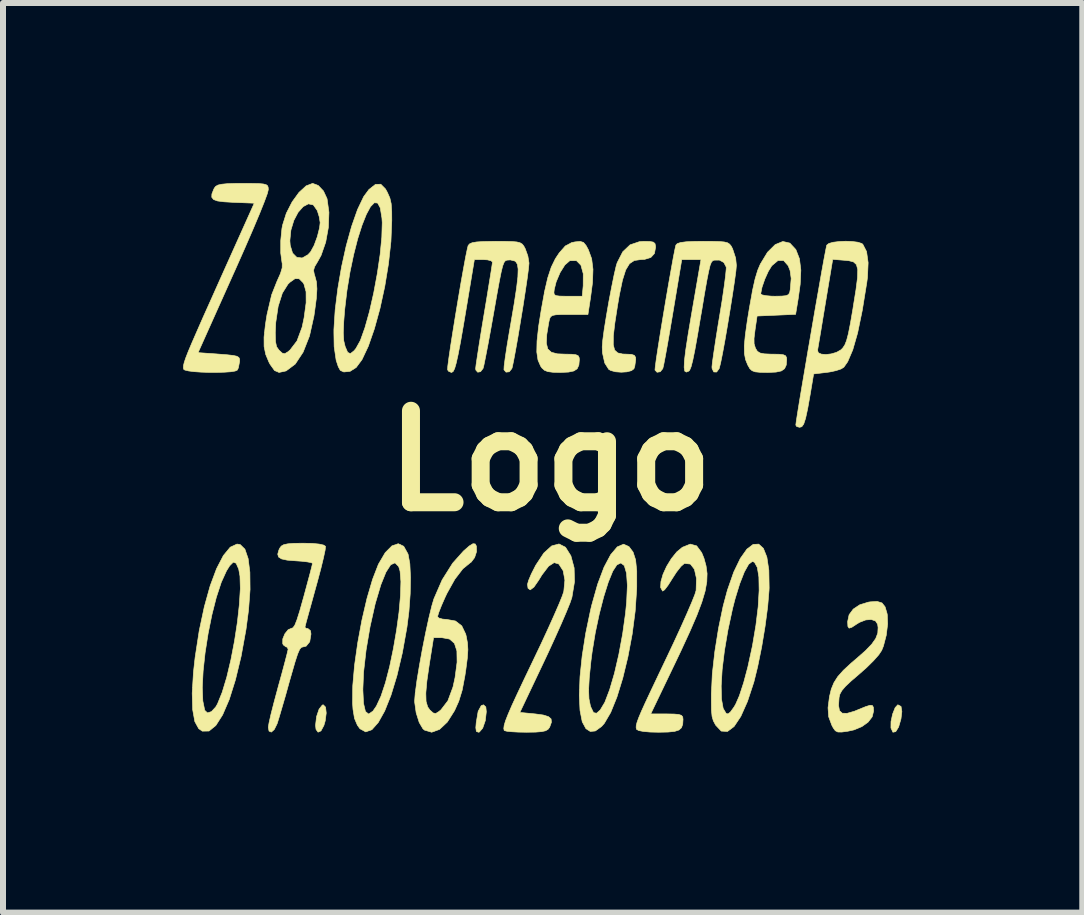
<source format=kicad_pcb>
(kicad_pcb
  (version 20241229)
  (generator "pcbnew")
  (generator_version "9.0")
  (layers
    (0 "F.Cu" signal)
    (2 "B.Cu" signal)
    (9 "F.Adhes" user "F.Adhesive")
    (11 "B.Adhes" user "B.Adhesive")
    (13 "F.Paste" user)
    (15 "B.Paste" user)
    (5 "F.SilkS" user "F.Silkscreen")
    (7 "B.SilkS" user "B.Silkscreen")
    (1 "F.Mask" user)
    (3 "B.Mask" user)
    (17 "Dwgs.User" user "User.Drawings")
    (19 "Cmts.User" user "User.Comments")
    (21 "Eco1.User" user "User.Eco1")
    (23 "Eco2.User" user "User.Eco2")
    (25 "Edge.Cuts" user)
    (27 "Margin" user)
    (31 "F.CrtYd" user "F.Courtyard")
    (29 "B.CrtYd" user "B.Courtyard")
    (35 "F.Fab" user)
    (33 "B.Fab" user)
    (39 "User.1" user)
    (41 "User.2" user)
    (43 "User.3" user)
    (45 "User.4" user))
  (footprint "Logo"
    (layer "F.Cu")
    (at 6.119 4.628)
    (property "Reference" "Logo" (at 0 0 0) (layer "F.SilkS") (effects (font (size 1.524 1.524) (thickness 0.3))))
    (attr through_hole)
    (fp_poly (pts (xy -3.745 4.103) (xy -3.734 4.201) (xy -3.751 4.332) (xy -3.773 4.408) (xy -3.822 4.499) (xy -3.87 4.52) (xy -3.904 4.474) (xy -3.912 4.406) (xy -3.895 4.26) (xy -3.853 4.136) (xy -3.799 4.068) (xy -3.783 4.064) (xy -3.745 4.103)) (stroke (width 0.01) (type solid)) (fill yes) (layer "F.SilkS"))
    (fp_poly (pts (xy -1.075 4.1) (xy -1.067 4.18) (xy -1.084 4.328) (xy -1.127 4.452) (xy -1.183 4.518) (xy -1.198 4.521) (xy -1.233 4.507) (xy -1.242 4.446) (xy -1.235 4.361) (xy -1.203 4.173) (xy -1.152 4.078) (xy -1.114 4.064) (xy -1.075 4.1)) (stroke (width 0.01) (type solid)) (fill yes) (layer "F.SilkS"))
    (fp_poly (pts (xy 5.842 4.091) (xy 5.856 4.177) (xy 5.841 4.3) (xy 5.802 4.434) (xy 5.754 4.511) (xy 5.707 4.521) (xy 5.675 4.452) (xy 5.674 4.45) (xy 5.675 4.344) (xy 5.702 4.218) (xy 5.744 4.112) (xy 5.788 4.064) (xy 5.79 4.064) (xy 5.842 4.091)) (stroke (width 0.01) (type solid)) (fill yes) (layer "F.SilkS"))
    (fp_poly (pts (xy 1.655 -3.655) (xy 1.714 -3.645) (xy 1.743 -3.621) (xy 1.752 -3.579) (xy 1.753 -3.558) (xy 1.734 -3.455) (xy 1.674 -3.389) (xy 1.571 -3.357) (xy 1.501 -3.353) (xy 1.398 -3.338) (xy 1.318 -3.285) (xy 1.255 -3.181) (xy 1.201 -3.01) (xy 1.149 -2.761) (xy 1.12 -2.591) (xy 1.074 -2.295) (xy 1.049 -2.081) (xy 1.048 -1.935) (xy 1.071 -1.845) (xy 1.123 -1.798) (xy 1.204 -1.78) (xy 1.262 -1.778) (xy 1.351 -1.774) (xy 1.399 -1.758) (xy 1.42 -1.724) (xy 1.422 -1.687) (xy 1.406 -1.574) (xy 1.392 -1.534) (xy 1.351 -1.503) (xy 1.275 -1.483) (xy 1.182 -1.477) (xy 1.087 -1.484) (xy 1.007 -1.505) (xy 0.973 -1.524) (xy 0.906 -1.63) (xy 0.868 -1.801) (xy 0.864 -1.899) (xy 0.873 -2.01) (xy 0.897 -2.19) (xy 0.933 -2.413) (xy 0.975 -2.656) (xy 1.02 -2.892) (xy 1.062 -3.098) (xy 1.097 -3.249) (xy 1.113 -3.301) (xy 1.206 -3.483) (xy 1.328 -3.599) (xy 1.484 -3.652) (xy 1.556 -3.657) (xy 1.655 -3.655)) (stroke (width 0.01) (type solid)) (fill yes) (layer "F.SilkS"))
    (fp_poly (pts (xy -5.168 1.394) (xy -5.089 1.471) (xy -5.035 1.628) (xy -5.006 1.856) (xy -5.003 2.144) (xy -5.028 2.483) (xy -5.07 2.804) (xy -5.152 3.256) (xy -5.247 3.649) (xy -5.35 3.976) (xy -5.46 4.231) (xy -5.573 4.408) (xy -5.687 4.501) (xy -5.798 4.503) (xy -5.858 4.462) (xy -5.923 4.344) (xy -5.959 4.145) (xy -5.967 3.87) (xy -5.961 3.775) (xy -5.799 3.775) (xy -5.79 4) (xy -5.758 4.156) (xy -5.712 4.199) (xy -5.646 4.177) (xy -5.575 4.1) (xy -5.545 4.048) (xy -5.467 3.855) (xy -5.391 3.604) (xy -5.322 3.313) (xy -5.262 3.001) (xy -5.214 2.688) (xy -5.181 2.39) (xy -5.165 2.128) (xy -5.171 1.92) (xy -5.192 1.804) (xy -5.235 1.706) (xy -5.282 1.687) (xy -5.343 1.748) (xy -5.396 1.833) (xy -5.483 2.024) (xy -5.565 2.274) (xy -5.639 2.565) (xy -5.702 2.878) (xy -5.752 3.197) (xy -5.785 3.502) (xy -5.799 3.775) (xy -5.961 3.775) (xy -5.946 3.523) (xy -5.918 3.272) (xy -5.85 2.83) (xy -5.765 2.431) (xy -5.668 2.083) (xy -5.561 1.796) (xy -5.448 1.578) (xy -5.333 1.438) (xy -5.22 1.386) (xy -5.168 1.394)) (stroke (width 0.01) (type solid)) (fill yes) (layer "F.SilkS"))
    (fp_poly (pts (xy -2.443 1.423) (xy -2.373 1.549) (xy -2.37 1.557) (xy -2.341 1.714) (xy -2.33 1.942) (xy -2.335 2.214) (xy -2.356 2.507) (xy -2.389 2.769) (xy -2.466 3.198) (xy -2.556 3.579) (xy -2.655 3.904) (xy -2.76 4.167) (xy -2.868 4.36) (xy -2.974 4.479) (xy -3.077 4.515) (xy -3.172 4.463) (xy -3.215 4.404) (xy -3.263 4.291) (xy -3.288 4.14) (xy -3.295 4.036) (xy -3.293 3.812) (xy -3.124 3.812) (xy -3.113 4.039) (xy -3.081 4.175) (xy -3.028 4.218) (xy -2.956 4.169) (xy -2.898 4.085) (xy -2.822 3.921) (xy -2.747 3.695) (xy -2.677 3.425) (xy -2.615 3.127) (xy -2.562 2.82) (xy -2.521 2.52) (xy -2.497 2.245) (xy -2.49 2.011) (xy -2.504 1.837) (xy -2.527 1.761) (xy -2.588 1.699) (xy -2.66 1.731) (xy -2.739 1.854) (xy -2.824 2.064) (xy -2.911 2.356) (xy -2.919 2.384) (xy -3.004 2.763) (xy -3.07 3.152) (xy -3.112 3.522) (xy -3.124 3.812) (xy -3.293 3.812) (xy -3.292 3.747) (xy -3.262 3.404) (xy -3.209 3.03) (xy -3.139 2.651) (xy -3.055 2.291) (xy -2.962 1.974) (xy -2.866 1.726) (xy -2.862 1.718) (xy -2.751 1.529) (xy -2.639 1.416) (xy -2.534 1.38) (xy -2.443 1.423)) (stroke (width 0.01) (type solid)) (fill yes) (layer "F.SilkS"))
    (fp_poly (pts (xy -4.972 -4.622) (xy -4.859 -4.62) (xy -4.782 -4.613) (xy -4.735 -4.601) (xy -4.71 -4.582) (xy -4.701 -4.553) (xy -4.699 -4.518) (xy -4.716 -4.451) (xy -4.766 -4.315) (xy -4.846 -4.115) (xy -4.955 -3.856) (xy -5.09 -3.545) (xy -5.25 -3.184) (xy -5.284 -3.109) (xy -5.869 -1.803) (xy -5.519 -1.778) (xy -5.38 -1.767) (xy -5.283 -1.756) (xy -5.223 -1.743) (xy -5.19 -1.723) (xy -5.177 -1.695) (xy -5.177 -1.656) (xy -5.178 -1.651) (xy -5.198 -1.549) (xy -5.216 -1.512) (xy -5.253 -1.496) (xy -5.329 -1.484) (xy -5.434 -1.477) (xy -5.557 -1.474) (xy -5.688 -1.474) (xy -5.817 -1.478) (xy -5.934 -1.486) (xy -6.028 -1.498) (xy -6.09 -1.513) (xy -6.109 -1.526) (xy -6.114 -1.553) (xy -6.112 -1.588) (xy -6.1 -1.639) (xy -6.075 -1.714) (xy -6.034 -1.819) (xy -5.973 -1.964) (xy -5.89 -2.154) (xy -5.783 -2.398) (xy -5.646 -2.703) (xy -5.492 -3.048) (xy -4.933 -4.293) (xy -5.286 -4.307) (xy -5.439 -4.316) (xy -5.546 -4.33) (xy -5.611 -4.354) (xy -5.641 -4.392) (xy -5.639 -4.446) (xy -5.61 -4.52) (xy -5.599 -4.543) (xy -5.576 -4.573) (xy -5.537 -4.595) (xy -5.475 -4.609) (xy -5.382 -4.618) (xy -5.252 -4.622) (xy -5.129 -4.623) (xy -4.972 -4.622)) (stroke (width 0.01) (type solid)) (fill yes) (layer "F.SilkS"))
    (fp_poly (pts (xy 1.31 1.429) (xy 1.378 1.52) (xy 1.42 1.649) (xy 1.439 1.834) (xy 1.439 2.094) (xy 1.438 2.134) (xy 1.413 2.504) (xy 1.363 2.887) (xy 1.292 3.265) (xy 1.206 3.62) (xy 1.109 3.935) (xy 1.005 4.192) (xy 0.899 4.373) (xy 0.853 4.425) (xy 0.749 4.5) (xy 0.665 4.508) (xy 0.593 4.462) (xy 0.531 4.347) (xy 0.494 4.157) (xy 0.482 3.903) (xy 0.486 3.816) (xy 0.637 3.816) (xy 0.643 3.963) (xy 0.666 4.076) (xy 0.675 4.103) (xy 0.719 4.194) (xy 0.769 4.205) (xy 0.831 4.15) (xy 0.908 4.021) (xy 0.988 3.811) (xy 1.068 3.539) (xy 1.141 3.224) (xy 1.204 2.884) (xy 1.252 2.54) (xy 1.271 2.346) (xy 1.283 2.075) (xy 1.269 1.872) (xy 1.232 1.745) (xy 1.174 1.701) (xy 1.108 1.733) (xy 1.04 1.837) (xy 0.965 2.021) (xy 0.888 2.266) (xy 0.814 2.554) (xy 0.748 2.865) (xy 0.696 3.182) (xy 0.676 3.337) (xy 0.648 3.614) (xy 0.637 3.816) (xy 0.486 3.816) (xy 0.494 3.596) (xy 0.53 3.249) (xy 0.589 2.873) (xy 0.671 2.48) (xy 0.69 2.401) (xy 0.788 2.054) (xy 0.894 1.772) (xy 1.005 1.563) (xy 1.115 1.433) (xy 1.22 1.388) (xy 1.31 1.429)) (stroke (width 0.01) (type solid)) (fill yes) (layer "F.SilkS"))
    (fp_poly (pts (xy 3.549 1.458) (xy 3.607 1.603) (xy 3.64 1.822) (xy 3.645 2.117) (xy 3.643 2.159) (xy 3.62 2.433) (xy 3.577 2.758) (xy 3.52 3.102) (xy 3.454 3.427) (xy 3.391 3.683) (xy 3.284 4.008) (xy 3.173 4.257) (xy 3.061 4.425) (xy 2.951 4.508) (xy 2.847 4.502) (xy 2.753 4.402) (xy 2.751 4.398) (xy 2.715 4.33) (xy 2.694 4.258) (xy 2.684 4.156) (xy 2.682 3.996) (xy 2.682 3.878) (xy 2.689 3.749) (xy 2.846 3.749) (xy 2.851 3.968) (xy 2.879 4.124) (xy 2.928 4.207) (xy 2.96 4.216) (xy 2.999 4.185) (xy 3.057 4.105) (xy 3.086 4.057) (xy 3.149 3.913) (xy 3.22 3.696) (xy 3.29 3.434) (xy 3.367 3.08) (xy 3.424 2.742) (xy 3.462 2.431) (xy 3.478 2.158) (xy 3.474 1.936) (xy 3.448 1.776) (xy 3.4 1.689) (xy 3.365 1.676) (xy 3.304 1.722) (xy 3.232 1.85) (xy 3.155 2.046) (xy 3.078 2.296) (xy 3.036 2.459) (xy 2.958 2.821) (xy 2.9 3.164) (xy 2.862 3.477) (xy 2.846 3.749) (xy 2.689 3.749) (xy 2.698 3.551) (xy 2.74 3.177) (xy 2.802 2.788) (xy 2.879 2.418) (xy 2.949 2.157) (xy 3.055 1.853) (xy 3.165 1.625) (xy 3.274 1.471) (xy 3.378 1.392) (xy 3.471 1.387) (xy 3.549 1.458)) (stroke (width 0.01) (type solid)) (fill yes) (layer "F.SilkS"))
    (fp_poly (pts (xy -2.746 -4.529) (xy -2.716 -4.474) (xy -2.674 -4.38) (xy -2.652 -4.285) (xy -2.643 -4.152) (xy -2.642 -4.003) (xy -2.656 -3.656) (xy -2.697 -3.283) (xy -2.759 -2.905) (xy -2.839 -2.537) (xy -2.932 -2.2) (xy -3.033 -1.91) (xy -3.138 -1.687) (xy -3.235 -1.556) (xy -3.338 -1.491) (xy -3.441 -1.481) (xy -3.499 -1.507) (xy -3.533 -1.568) (xy -3.569 -1.677) (xy -3.569 -1.678) (xy -3.602 -1.903) (xy -3.606 -2.131) (xy -3.45 -2.131) (xy -3.442 -2.001) (xy -3.419 -1.905) (xy -3.377 -1.808) (xy -3.332 -1.786) (xy -3.269 -1.836) (xy -3.239 -1.873) (xy -3.165 -2.006) (xy -3.089 -2.219) (xy -3.013 -2.49) (xy -2.943 -2.798) (xy -2.883 -3.121) (xy -2.836 -3.438) (xy -2.808 -3.728) (xy -2.801 -3.969) (xy -2.806 -4.046) (xy -2.834 -4.215) (xy -2.878 -4.296) (xy -2.933 -4.3) (xy -2.997 -4.234) (xy -3.066 -4.106) (xy -3.138 -3.925) (xy -3.21 -3.699) (xy -3.277 -3.437) (xy -3.338 -3.147) (xy -3.389 -2.837) (xy -3.427 -2.516) (xy -3.442 -2.322) (xy -3.45 -2.131) (xy -3.606 -2.131) (xy -3.606 -2.188) (xy -3.585 -2.516) (xy -3.541 -2.87) (xy -3.479 -3.231) (xy -3.401 -3.583) (xy -3.311 -3.907) (xy -3.213 -4.186) (xy -3.11 -4.402) (xy -3.023 -4.52) (xy -2.914 -4.606) (xy -2.825 -4.609) (xy -2.746 -4.529)) (stroke (width 0.01) (type solid)) (fill yes) (layer "F.SilkS"))
    (fp_poly (pts (xy 0.252 1.439) (xy 0.342 1.582) (xy 0.396 1.783) (xy 0.402 2.014) (xy 0.36 2.268) (xy 0.358 2.277) (xy 0.327 2.368) (xy 0.266 2.518) (xy 0.181 2.716) (xy 0.078 2.946) (xy -0.037 3.197) (xy -0.099 3.329) (xy -0.508 4.191) (xy -0.25 4.216) (xy -0.118 4.234) (xy -0.032 4.261) (xy 0.012 4.299) (xy 0.018 4.354) (xy -0.009 4.429) (xy -0.013 4.439) (xy -0.039 4.473) (xy -0.081 4.497) (xy -0.147 4.511) (xy -0.247 4.519) (xy -0.389 4.521) (xy -0.404 4.521) (xy -0.532 4.519) (xy -0.642 4.513) (xy -0.722 4.505) (xy -0.765 4.494) (xy -0.769 4.491) (xy -0.776 4.459) (xy -0.77 4.409) (xy -0.748 4.333) (xy -0.705 4.224) (xy -0.64 4.073) (xy -0.548 3.874) (xy -0.427 3.618) (xy -0.281 3.313) (xy -0.153 3.045) (xy -0.036 2.792) (xy 0.065 2.567) (xy 0.146 2.381) (xy 0.201 2.245) (xy 0.224 2.174) (xy 0.242 1.987) (xy 0.213 1.83) (xy 0.141 1.719) (xy 0.063 1.695) (xy -0.03 1.755) (xy -0.141 1.901) (xy -0.195 1.989) (xy -0.274 2.103) (xy -0.335 2.149) (xy -0.372 2.123) (xy -0.381 2.057) (xy -0.363 1.993) (xy -0.317 1.884) (xy -0.251 1.754) (xy -0.244 1.74) (xy -0.109 1.536) (xy 0.022 1.417) (xy 0.144 1.384) (xy 0.252 1.439)) (stroke (width 0.01) (type solid)) (fill yes) (layer "F.SilkS"))
    (fp_poly (pts (xy 2.437 1.416) (xy 2.521 1.529) (xy 2.559 1.622) (xy 2.594 1.75) (xy 2.611 1.878) (xy 2.606 2.015) (xy 2.578 2.171) (xy 2.523 2.355) (xy 2.44 2.575) (xy 2.325 2.841) (xy 2.177 3.162) (xy 2.087 3.351) (xy 1.672 4.216) (xy 1.941 4.216) (xy 2.061 4.218) (xy 2.139 4.225) (xy 2.184 4.24) (xy 2.205 4.266) (xy 2.21 4.306) (xy 2.21 4.308) (xy 2.205 4.388) (xy 2.184 4.446) (xy 2.142 4.484) (xy 2.07 4.507) (xy 1.962 4.518) (xy 1.811 4.521) (xy 1.8 4.521) (xy 1.662 4.518) (xy 1.55 4.508) (xy 1.472 4.493) (xy 1.436 4.473) (xy 1.435 4.471) (xy 1.429 4.442) (xy 1.431 4.407) (xy 1.444 4.356) (xy 1.471 4.281) (xy 1.516 4.174) (xy 1.583 4.026) (xy 1.675 3.83) (xy 1.795 3.577) (xy 1.936 3.281) (xy 2.063 3.012) (xy 2.178 2.762) (xy 2.277 2.54) (xy 2.355 2.358) (xy 2.407 2.228) (xy 2.428 2.159) (xy 2.434 1.958) (xy 2.4 1.806) (xy 2.333 1.719) (xy 2.238 1.709) (xy 2.229 1.712) (xy 2.176 1.758) (xy 2.102 1.852) (xy 2.03 1.963) (xy 1.96 2.074) (xy 1.903 2.148) (xy 1.87 2.17) (xy 1.87 2.17) (xy 1.837 2.11) (xy 1.842 2.012) (xy 1.877 1.89) (xy 1.937 1.758) (xy 2.016 1.629) (xy 2.106 1.517) (xy 2.199 1.44) (xy 2.331 1.387) (xy 2.437 1.416)) (stroke (width 0.01) (type solid)) (fill yes) (layer "F.SilkS"))
    (fp_poly (pts (xy 5.525 2.367) (xy 5.576 2.431) (xy 5.609 2.542) (xy 5.613 2.563) (xy 5.619 2.717) (xy 5.596 2.905) (xy 5.549 3.085) (xy 5.52 3.157) (xy 5.471 3.231) (xy 5.384 3.329) (xy 5.271 3.441) (xy 5.141 3.556) (xy 5.008 3.67) (xy 4.916 3.757) (xy 4.857 3.826) (xy 4.824 3.885) (xy 4.81 3.942) (xy 4.801 4.075) (xy 4.817 4.162) (xy 4.863 4.204) (xy 4.944 4.206) (xy 5.066 4.171) (xy 5.143 4.139) (xy 5.254 4.094) (xy 5.325 4.072) (xy 5.364 4.075) (xy 5.381 4.104) (xy 5.385 4.16) (xy 5.385 4.168) (xy 5.361 4.265) (xy 5.293 4.353) (xy 5.19 4.427) (xy 5.058 4.482) (xy 4.957 4.504) (xy 4.855 4.518) (xy 4.789 4.517) (xy 4.747 4.496) (xy 4.713 4.449) (xy 4.689 4.404) (xy 4.637 4.264) (xy 4.626 4.114) (xy 4.65 3.928) (xy 4.68 3.803) (xy 4.724 3.696) (xy 4.788 3.595) (xy 4.882 3.489) (xy 5.012 3.369) (xy 5.099 3.295) (xy 5.248 3.164) (xy 5.354 3.054) (xy 5.421 2.959) (xy 5.455 2.869) (xy 5.46 2.777) (xy 5.452 2.721) (xy 5.417 2.667) (xy 5.346 2.643) (xy 5.254 2.65) (xy 5.153 2.689) (xy 5.105 2.718) (xy 5.023 2.772) (xy 4.977 2.787) (xy 4.957 2.759) (xy 4.953 2.685) (xy 4.953 2.676) (xy 4.977 2.564) (xy 5.046 2.47) (xy 5.154 2.398) (xy 5.296 2.354) (xy 5.327 2.349) (xy 5.445 2.342) (xy 5.525 2.367)) (stroke (width 0.01) (type solid)) (fill yes) (layer "F.SilkS"))
    (fp_poly (pts (xy 0.552 -3.639) (xy 0.596 -3.586) (xy 0.634 -3.515) (xy 0.688 -3.367) (xy 0.71 -3.191) (xy 0.702 -2.969) (xy 0.668 -2.71) (xy 0.626 -2.438) (xy 0.312 -2.438) (xy 0.182 -2.438) (xy 0.093 -2.434) (xy 0.037 -2.423) (xy 0.004 -2.401) (xy -0.013 -2.366) (xy -0.025 -2.313) (xy -0.026 -2.309) (xy -0.06 -2.105) (xy -0.067 -1.96) (xy -0.043 -1.864) (xy 0.017 -1.809) (xy 0.118 -1.783) (xy 0.243 -1.778) (xy 0.355 -1.776) (xy 0.426 -1.768) (xy 0.465 -1.75) (xy 0.48 -1.719) (xy 0.483 -1.687) (xy 0.475 -1.596) (xy 0.447 -1.535) (xy 0.392 -1.498) (xy 0.302 -1.479) (xy 0.168 -1.473) (xy 0.163 -1.473) (xy 0.041 -1.476) (xy -0.042 -1.487) (xy -0.098 -1.509) (xy -0.14 -1.547) (xy -0.162 -1.578) (xy -0.206 -1.679) (xy -0.226 -1.813) (xy -0.222 -1.997) (xy -0.195 -2.244) (xy -0.153 -2.508) (xy -0.099 -2.805) (xy 0.059 -2.805) (xy 0.065 -2.771) (xy 0.094 -2.753) (xy 0.154 -2.745) (xy 0.253 -2.743) (xy 0.289 -2.743) (xy 0.531 -2.743) (xy 0.547 -2.916) (xy 0.548 -3.118) (xy 0.509 -3.26) (xy 0.435 -3.335) (xy 0.329 -3.335) (xy 0.32 -3.332) (xy 0.242 -3.264) (xy 0.162 -3.137) (xy 0.096 -2.981) (xy 0.065 -2.857) (xy 0.059 -2.805) (xy -0.099 -2.805) (xy -0.097 -2.819) (xy -0.043 -3.051) (xy 0.015 -3.227) (xy 0.083 -3.367) (xy 0.148 -3.465) (xy 0.249 -3.58) (xy 0.354 -3.636) (xy 0.411 -3.648) (xy 0.497 -3.656) (xy 0.552 -3.639)) (stroke (width 0.01) (type solid)) (fill yes) (layer "F.SilkS"))
    (fp_poly (pts (xy -1.252 1.384) (xy -1.232 1.421) (xy -1.23 1.513) (xy -1.262 1.611) (xy -1.318 1.686) (xy -1.337 1.699) (xy -1.459 1.799) (xy -1.592 1.973) (xy -1.721 2.204) (xy -1.752 2.269) (xy -1.814 2.41) (xy -1.859 2.524) (xy -1.879 2.591) (xy -1.88 2.595) (xy -1.857 2.619) (xy -1.796 2.636) (xy -1.726 2.642) (xy -1.581 2.668) (xy -1.476 2.749) (xy -1.41 2.887) (xy -1.402 2.92) (xy -1.381 3.033) (xy -1.374 3.145) (xy -1.383 3.283) (xy -1.408 3.477) (xy -1.424 3.583) (xy -1.469 3.82) (xy -1.526 4.005) (xy -1.596 4.161) (xy -1.717 4.352) (xy -1.847 4.474) (xy -1.977 4.521) (xy -2.096 4.486) (xy -2.123 4.463) (xy -2.185 4.358) (xy -2.236 4.196) (xy -2.26 4.024) (xy -2.261 3.996) (xy -2.251 3.867) (xy -2.075 3.867) (xy -2.071 4.006) (xy -2.044 4.099) (xy -2.007 4.151) (xy -1.952 4.2) (xy -1.91 4.209) (xy -1.858 4.177) (xy -1.822 4.147) (xy -1.707 3.997) (xy -1.622 3.767) (xy -1.588 3.612) (xy -1.554 3.355) (xy -1.557 3.167) (xy -1.598 3.04) (xy -1.679 2.969) (xy -1.804 2.946) (xy -1.946 2.946) (xy -2.017 3.391) (xy -2.057 3.667) (xy -2.075 3.867) (xy -2.251 3.867) (xy -2.25 3.863) (xy -2.223 3.661) (xy -2.182 3.413) (xy -2.133 3.142) (xy -2.079 2.87) (xy -2.025 2.621) (xy -1.975 2.416) (xy -1.94 2.298) (xy -1.803 1.983) (xy -1.628 1.705) (xy -1.448 1.503) (xy -1.351 1.418) (xy -1.289 1.38) (xy -1.252 1.384)) (stroke (width 0.01) (type solid)) (fill yes) (layer "F.SilkS"))
    (fp_poly (pts (xy 3.99 -3.628) (xy 4.09 -3.52) (xy 4.092 -3.515) (xy 4.15 -3.366) (xy 4.173 -3.179) (xy 4.162 -2.941) (xy 4.129 -2.702) (xy 4.086 -2.441) (xy 3.765 -2.427) (xy 3.444 -2.413) (xy 3.411 -2.188) (xy 3.393 -2.041) (xy 3.394 -1.952) (xy 3.415 -1.882) (xy 3.421 -1.87) (xy 3.449 -1.825) (xy 3.493 -1.797) (xy 3.564 -1.783) (xy 3.671 -1.778) (xy 3.7 -1.778) (xy 3.811 -1.776) (xy 3.881 -1.768) (xy 3.92 -1.75) (xy 3.935 -1.718) (xy 3.937 -1.687) (xy 3.93 -1.597) (xy 3.902 -1.536) (xy 3.848 -1.498) (xy 3.759 -1.479) (xy 3.627 -1.473) (xy 3.613 -1.473) (xy 3.494 -1.475) (xy 3.413 -1.483) (xy 3.361 -1.502) (xy 3.324 -1.535) (xy 3.293 -1.589) (xy 3.288 -1.598) (xy 3.252 -1.687) (xy 3.233 -1.788) (xy 3.231 -1.918) (xy 3.248 -2.097) (xy 3.282 -2.34) (xy 3.316 -2.547) (xy 3.358 -2.781) (xy 3.505 -2.781) (xy 3.529 -2.765) (xy 3.592 -2.752) (xy 3.684 -2.744) (xy 3.744 -2.743) (xy 3.855 -2.745) (xy 3.926 -2.752) (xy 3.967 -2.77) (xy 3.987 -2.804) (xy 3.997 -2.857) (xy 3.997 -2.857) (xy 4.012 -3.039) (xy 3.994 -3.17) (xy 3.962 -3.251) (xy 3.886 -3.338) (xy 3.791 -3.337) (xy 3.689 -3.251) (xy 3.631 -3.157) (xy 3.572 -3.026) (xy 3.526 -2.893) (xy 3.505 -2.788) (xy 3.505 -2.781) (xy 3.358 -2.781) (xy 3.365 -2.826) (xy 3.41 -3.028) (xy 3.455 -3.177) (xy 3.498 -3.278) (xy 3.618 -3.476) (xy 3.746 -3.603) (xy 3.873 -3.655) (xy 3.99 -3.628)) (stroke (width 0.01) (type solid)) (fill yes) (layer "F.SilkS"))
    (fp_poly (pts (xy 5.027 -3.655) (xy 5.121 -3.643) (xy 5.187 -3.622) (xy 5.205 -3.609) (xy 5.268 -3.487) (xy 5.294 -3.301) (xy 5.283 -3.056) (xy 5.272 -2.974) (xy 5.196 -2.505) (xy 5.119 -2.132) (xy 5.038 -1.85) (xy 4.953 -1.651) (xy 4.889 -1.56) (xy 4.842 -1.531) (xy 4.758 -1.503) (xy 4.654 -1.481) (xy 4.612 -1.475) (xy 4.386 -1.448) (xy 4.33 -1.113) (xy 4.287 -0.87) (xy 4.252 -0.709) (xy 4.221 -0.614) (xy 4.189 -0.569) (xy 4.152 -0.559) (xy 4.104 -0.572) (xy 4.089 -0.597) (xy 4.097 -0.659) (xy 4.119 -0.802) (xy 4.153 -1.012) (xy 4.197 -1.274) (xy 4.248 -1.574) (xy 4.293 -1.841) (xy 4.451 -1.841) (xy 4.465 -1.8) (xy 4.516 -1.778) (xy 4.591 -1.772) (xy 4.678 -1.782) (xy 4.764 -1.807) (xy 4.837 -1.847) (xy 4.868 -1.876) (xy 4.905 -1.93) (xy 4.935 -2.005) (xy 4.965 -2.119) (xy 4.999 -2.291) (xy 5.042 -2.541) (xy 5.045 -2.563) (xy 5.091 -2.848) (xy 5.117 -3.051) (xy 5.121 -3.187) (xy 5.099 -3.27) (xy 5.05 -3.315) (xy 4.971 -3.335) (xy 4.896 -3.342) (xy 4.704 -3.357) (xy 4.583 -2.631) (xy 4.54 -2.372) (xy 4.503 -2.146) (xy 4.473 -1.969) (xy 4.455 -1.862) (xy 4.451 -1.841) (xy 4.293 -1.841) (xy 4.303 -1.897) (xy 4.36 -2.229) (xy 4.416 -2.555) (xy 4.47 -2.861) (xy 4.517 -3.131) (xy 4.557 -3.353) (xy 4.587 -3.51) (xy 4.603 -3.589) (xy 4.605 -3.594) (xy 4.64 -3.622) (xy 4.712 -3.642) (xy 4.81 -3.654) (xy 4.919 -3.659) (xy 5.027 -3.655)) (stroke (width 0.01) (type solid)) (fill yes) (layer "F.SilkS"))
    (fp_poly (pts (xy -3.967 1.375) (xy -3.853 1.386) (xy -3.777 1.403) (xy -3.746 1.424) (xy -3.752 1.485) (xy -3.78 1.616) (xy -3.825 1.801) (xy -3.884 2.022) (xy -3.91 2.115) (xy -3.973 2.344) (xy -4.027 2.539) (xy -4.067 2.684) (xy -4.087 2.764) (xy -4.089 2.774) (xy -4.068 2.79) (xy -4.039 2.794) (xy -3.996 2.83) (xy -3.988 2.885) (xy -4.009 3.014) (xy -4.069 3.087) (xy -4.118 3.099) (xy -4.149 3.107) (xy -4.178 3.143) (xy -4.211 3.219) (xy -4.254 3.351) (xy -4.312 3.552) (xy -4.346 3.67) (xy -4.41 3.901) (xy -4.471 4.11) (xy -4.52 4.277) (xy -4.552 4.379) (xy -4.553 4.381) (xy -4.6 4.476) (xy -4.649 4.519) (xy -4.687 4.502) (xy -4.699 4.438) (xy -4.687 4.365) (xy -4.655 4.223) (xy -4.606 4.031) (xy -4.546 3.808) (xy -4.534 3.763) (xy -4.473 3.542) (xy -4.422 3.352) (xy -4.386 3.213) (xy -4.369 3.14) (xy -4.369 3.135) (xy -4.389 3.102) (xy -4.405 3.099) (xy -4.449 3.066) (xy -4.459 3.045) (xy -4.458 2.966) (xy -4.423 2.881) (xy -4.369 2.814) (xy -4.32 2.792) (xy -4.289 2.781) (xy -4.258 2.739) (xy -4.223 2.651) (xy -4.176 2.503) (xy -4.113 2.279) (xy -4.108 2.262) (xy -4.052 2.054) (xy -4.005 1.88) (xy -3.974 1.758) (xy -3.962 1.707) (xy -3.986 1.695) (xy -4.05 1.683) (xy -4.145 1.672) (xy -4.246 1.665) (xy -4.385 1.654) (xy -4.477 1.634) (xy -4.528 1.602) (xy -4.542 1.554) (xy -4.523 1.486) (xy -4.508 1.454) (xy -4.483 1.42) (xy -4.441 1.396) (xy -4.374 1.382) (xy -4.275 1.374) (xy -4.134 1.372) (xy -4.114 1.372) (xy -3.967 1.375)) (stroke (width 0.01) (type solid)) (fill yes) (layer "F.SilkS"))
    (fp_poly (pts (xy 2.7 -3.657) (xy 2.815 -3.654) (xy 2.896 -3.647) (xy 2.95 -3.634) (xy 2.986 -3.611) (xy 3.012 -3.579) (xy 3.036 -3.533) (xy 3.036 -3.533) (xy 3.087 -3.378) (xy 3.099 -3.257) (xy 3.091 -3.163) (xy 3.068 -2.994) (xy 3.035 -2.774) (xy 2.995 -2.522) (xy 2.952 -2.261) (xy 2.909 -2.011) (xy 2.869 -1.793) (xy 2.836 -1.629) (xy 2.813 -1.54) (xy 2.812 -1.537) (xy 2.77 -1.48) (xy 2.723 -1.481) (xy 2.695 -1.536) (xy 2.692 -1.564) (xy 2.7 -1.642) (xy 2.722 -1.797) (xy 2.754 -2.01) (xy 2.794 -2.262) (xy 2.818 -2.405) (xy 2.861 -2.668) (xy 2.895 -2.901) (xy 2.919 -3.084) (xy 2.93 -3.201) (xy 2.93 -3.229) (xy 2.89 -3.305) (xy 2.816 -3.345) (xy 2.729 -3.344) (xy 2.704 -3.334) (xy 2.682 -3.308) (xy 2.66 -3.253) (xy 2.637 -3.156) (xy 2.607 -3.005) (xy 2.568 -2.784) (xy 2.518 -2.483) (xy 2.508 -2.428) (xy 2.452 -2.096) (xy 2.408 -1.85) (xy 2.373 -1.678) (xy 2.345 -1.569) (xy 2.321 -1.511) (xy 2.307 -1.496) (xy 2.266 -1.479) (xy 2.239 -1.495) (xy 2.229 -1.557) (xy 2.234 -1.672) (xy 2.256 -1.852) (xy 2.295 -2.106) (xy 2.352 -2.444) (xy 2.355 -2.461) (xy 2.509 -3.353) (xy 2.189 -3.353) (xy 2.043 -2.477) (xy 1.995 -2.192) (xy 1.951 -1.939) (xy 1.914 -1.734) (xy 1.887 -1.594) (xy 1.873 -1.537) (xy 1.831 -1.485) (xy 1.778 -1.476) (xy 1.743 -1.513) (xy 1.748 -1.569) (xy 1.766 -1.704) (xy 1.796 -1.9) (xy 1.834 -2.139) (xy 1.878 -2.406) (xy 1.924 -2.682) (xy 1.97 -2.95) (xy 2.013 -3.193) (xy 2.049 -3.393) (xy 2.077 -3.534) (xy 2.091 -3.594) (xy 2.114 -3.619) (xy 2.17 -3.638) (xy 2.262 -3.65) (xy 2.396 -3.656) (xy 2.543 -3.658) (xy 2.7 -3.657)) (stroke (width 0.01) (type solid)) (fill yes) (layer "F.SilkS"))
    (fp_poly (pts (xy -3.866 -4.587) (xy -3.78 -4.496) (xy -3.722 -4.371) (xy -3.72 -4.366) (xy -3.689 -4.141) (xy -3.698 -3.891) (xy -3.743 -3.643) (xy -3.82 -3.423) (xy -3.876 -3.321) (xy -3.928 -3.234) (xy -3.945 -3.174) (xy -3.933 -3.109) (xy -3.924 -3.082) (xy -3.897 -2.981) (xy -3.889 -2.864) (xy -3.899 -2.707) (xy -3.928 -2.487) (xy -3.939 -2.412) (xy -4.013 -2.08) (xy -4.119 -1.811) (xy -4.25 -1.613) (xy -4.402 -1.499) (xy -4.52 -1.473) (xy -4.595 -1.505) (xy -4.67 -1.61) (xy -4.689 -1.646) (xy -4.742 -1.773) (xy -4.769 -1.904) (xy -4.77 -2.061) (xy -4.762 -2.136) (xy -4.583 -2.136) (xy -4.579 -1.986) (xy -4.561 -1.901) (xy -4.521 -1.845) (xy -4.467 -1.795) (xy -4.425 -1.785) (xy -4.372 -1.817) (xy -4.336 -1.848) (xy -4.221 -1.998) (xy -4.136 -2.227) (xy -4.103 -2.383) (xy -4.069 -2.634) (xy -4.07 -2.818) (xy -4.105 -2.944) (xy -4.12 -2.969) (xy -4.185 -3.034) (xy -4.254 -3.036) (xy -4.341 -2.974) (xy -4.372 -2.943) (xy -4.465 -2.795) (xy -4.535 -2.574) (xy -4.575 -2.305) (xy -4.583 -2.136) (xy -4.762 -2.136) (xy -4.747 -2.27) (xy -4.721 -2.435) (xy -4.643 -2.767) (xy -4.557 -2.985) (xy -4.496 -3.122) (xy -4.468 -3.215) (xy -4.467 -3.285) (xy -4.471 -3.306) (xy -4.492 -3.462) (xy -4.492 -3.666) (xy -4.492 -3.669) (xy -4.34 -3.669) (xy -4.334 -3.591) (xy -4.295 -3.462) (xy -4.225 -3.391) (xy -4.135 -3.38) (xy -4.039 -3.434) (xy -3.994 -3.483) (xy -3.936 -3.589) (xy -3.882 -3.736) (xy -3.845 -3.883) (xy -3.835 -3.969) (xy -3.851 -4.068) (xy -3.883 -4.17) (xy -3.949 -4.264) (xy -4.031 -4.282) (xy -4.118 -4.236) (xy -4.203 -4.14) (xy -4.274 -4.005) (xy -4.323 -3.844) (xy -4.34 -3.669) (xy -4.492 -3.669) (xy -4.472 -3.871) (xy -4.461 -3.928) (xy -4.399 -4.125) (xy -4.303 -4.313) (xy -4.188 -4.472) (xy -4.068 -4.582) (xy -3.96 -4.623) (xy -3.866 -4.587)) (stroke (width 0.01) (type solid)) (fill yes) (layer "F.SilkS"))
    (fp_poly (pts (xy -0.753 -3.657) (xy -0.638 -3.654) (xy -0.558 -3.647) (xy -0.504 -3.633) (xy -0.468 -3.611) (xy -0.442 -3.578) (xy -0.418 -3.533) (xy -0.375 -3.414) (xy -0.356 -3.297) (xy -0.356 -3.292) (xy -0.364 -3.205) (xy -0.385 -3.043) (xy -0.417 -2.828) (xy -0.455 -2.58) (xy -0.498 -2.319) (xy -0.54 -2.065) (xy -0.58 -1.84) (xy -0.613 -1.663) (xy -0.636 -1.555) (xy -0.642 -1.537) (xy -0.685 -1.484) (xy -0.738 -1.478) (xy -0.773 -1.518) (xy -0.77 -1.579) (xy -0.752 -1.718) (xy -0.722 -1.917) (xy -0.682 -2.157) (xy -0.66 -2.283) (xy -0.602 -2.623) (xy -0.563 -2.88) (xy -0.541 -3.067) (xy -0.537 -3.195) (xy -0.549 -3.275) (xy -0.577 -3.319) (xy -0.594 -3.33) (xy -0.667 -3.348) (xy -0.724 -3.344) (xy -0.75 -3.333) (xy -0.772 -3.305) (xy -0.795 -3.246) (xy -0.82 -3.143) (xy -0.852 -2.983) (xy -0.894 -2.752) (xy -0.944 -2.467) (xy -0.994 -2.186) (xy -1.04 -1.935) (xy -1.079 -1.733) (xy -1.107 -1.595) (xy -1.121 -1.54) (xy -1.163 -1.486) (xy -1.21 -1.477) (xy -1.241 -1.512) (xy -1.245 -1.538) (xy -1.237 -1.606) (xy -1.215 -1.753) (xy -1.183 -1.962) (xy -1.142 -2.215) (xy -1.105 -2.438) (xy -1.059 -2.713) (xy -1.02 -2.955) (xy -0.989 -3.146) (xy -0.97 -3.271) (xy -0.965 -3.313) (xy -0.988 -3.334) (xy -1.048 -3.349) (xy -1.115 -3.353) (xy -1.266 -3.353) (xy -1.386 -2.629) (xy -1.448 -2.26) (xy -1.497 -1.978) (xy -1.537 -1.77) (xy -1.569 -1.627) (xy -1.595 -1.537) (xy -1.619 -1.49) (xy -1.643 -1.474) (xy -1.649 -1.473) (xy -1.696 -1.493) (xy -1.712 -1.517) (xy -1.709 -1.577) (xy -1.691 -1.714) (xy -1.662 -1.913) (xy -1.624 -2.155) (xy -1.581 -2.422) (xy -1.535 -2.698) (xy -1.49 -2.964) (xy -1.447 -3.204) (xy -1.411 -3.4) (xy -1.383 -3.535) (xy -1.37 -3.586) (xy -1.347 -3.614) (xy -1.303 -3.634) (xy -1.229 -3.647) (xy -1.12 -3.654) (xy -0.968 -3.657) (xy -0.91 -3.658) (xy -0.753 -3.657)) (stroke (width 0.01) (type solid)) (fill yes) (layer "F.SilkS")))
  (gr_rect
    (start -3 -3)
    (end 14.981 12.154)
    (stroke (width 0.1) (type default))
    (fill no)
    (layer "Edge.Cuts")))
</source>
